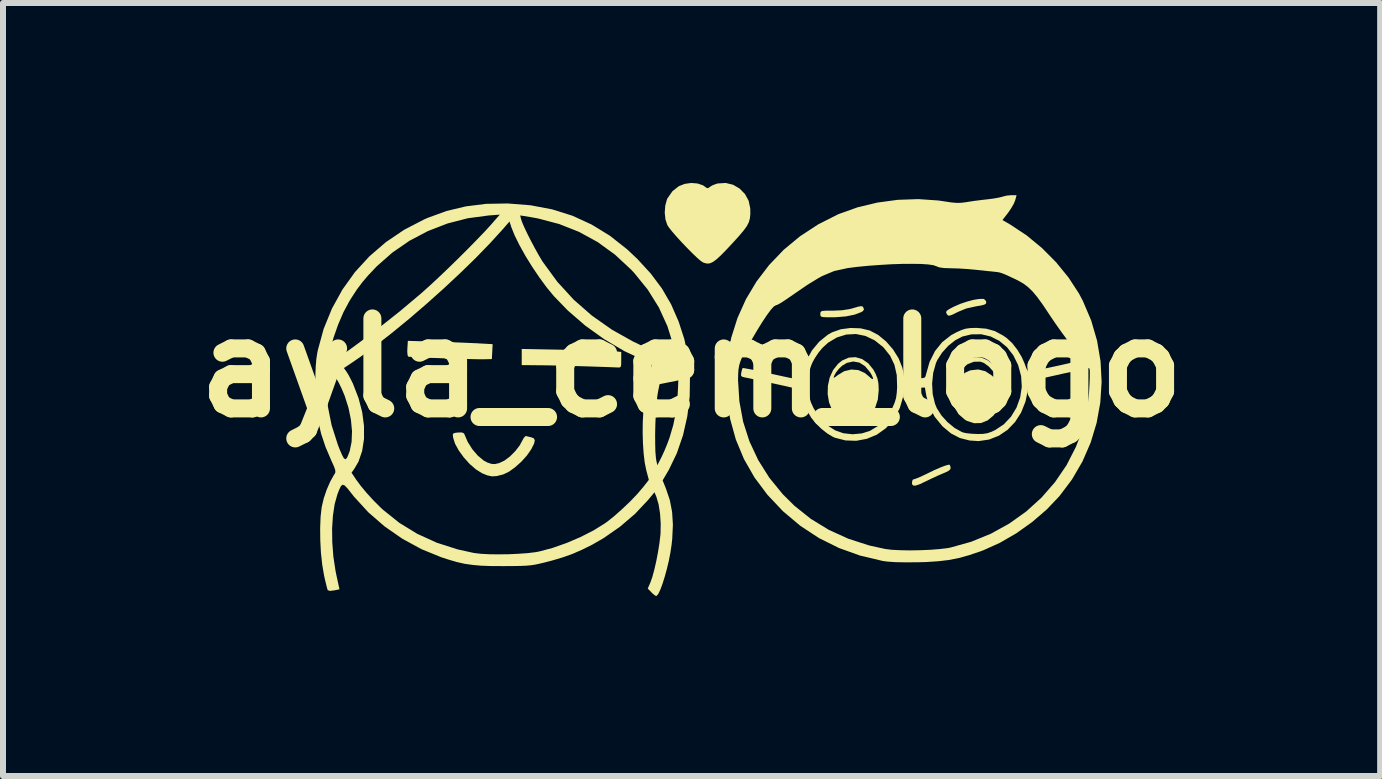
<source format=kicad_pcb>
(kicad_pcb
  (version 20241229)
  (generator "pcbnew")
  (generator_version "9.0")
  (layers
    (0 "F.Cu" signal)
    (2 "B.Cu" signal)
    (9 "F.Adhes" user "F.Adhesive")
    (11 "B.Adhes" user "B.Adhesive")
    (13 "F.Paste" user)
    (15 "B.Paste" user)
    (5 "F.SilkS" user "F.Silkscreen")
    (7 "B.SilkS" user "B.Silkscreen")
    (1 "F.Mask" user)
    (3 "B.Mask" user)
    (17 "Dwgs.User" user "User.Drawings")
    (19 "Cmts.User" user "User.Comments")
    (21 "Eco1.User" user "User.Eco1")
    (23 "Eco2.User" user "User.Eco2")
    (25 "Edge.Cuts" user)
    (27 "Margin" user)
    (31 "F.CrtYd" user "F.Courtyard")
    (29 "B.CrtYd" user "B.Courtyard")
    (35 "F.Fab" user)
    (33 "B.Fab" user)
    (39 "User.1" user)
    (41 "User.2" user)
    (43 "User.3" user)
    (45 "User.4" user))
  (footprint "ayla_cem_logo"
    (layer "F.Cu")
    (at 8.479 3.08)
    (property "Reference" "ayla_cem_logo" (at 0 0 0) (layer "F.SilkS") (effects (font (size 1.5 1.5) (thickness 0.3))))
    (attr board_only exclude_from_pos_files exclude_from_bom)
    (fp_poly (pts (xy 4.876 -1.144) (xy 4.907 -1.112) (xy 4.912 -1.089) (xy 4.905 -1.067) (xy 4.878 -1.051) (xy 4.823 -1.037) (xy 4.743 -1.024) (xy 4.577 -0.987) (xy 4.441 -0.931) (xy 4.362 -0.891) (xy 4.311 -0.871) (xy 4.282 -0.868) (xy 4.263 -0.882) (xy 4.249 -0.905) (xy 4.242 -0.928) (xy 4.254 -0.949) (xy 4.29 -0.975) (xy 4.358 -1.011) (xy 4.387 -1.025) (xy 4.485 -1.067) (xy 4.593 -1.103) (xy 4.698 -1.131) (xy 4.791 -1.146) (xy 4.858 -1.148)) (stroke (width 0) (type solid)) (fill yes) (layer "F.SilkS"))
    (fp_poly (pts (xy 4.303 1.618) (xy 4.313 1.644) (xy 4.318 1.667) (xy 4.312 1.694) (xy 4.28 1.721) (xy 4.213 1.753) (xy 4.193 1.761) (xy 4.102 1.8) (xy 3.997 1.849) (xy 3.907 1.892) (xy 3.807 1.94) (xy 3.738 1.964) (xy 3.696 1.965) (xy 3.676 1.943) (xy 3.673 1.914) (xy 3.684 1.869) (xy 3.706 1.859) (xy 3.739 1.849) (xy 3.801 1.824) (xy 3.881 1.787) (xy 3.933 1.762) (xy 4.046 1.707) (xy 4.147 1.663) (xy 4.228 1.632) (xy 4.283 1.617)) (stroke (width 0) (type solid)) (fill yes) (layer "F.SilkS"))
    (fp_poly (pts (xy 2.853 -1.019) (xy 2.858 -1.013) (xy 2.874 -0.973) (xy 2.856 -0.945) (xy 2.828 -0.927) (xy 2.717 -0.885) (xy 2.574 -0.856) (xy 2.407 -0.842) (xy 2.351 -0.841) (xy 2.255 -0.841) (xy 2.195 -0.844) (xy 2.162 -0.851) (xy 2.149 -0.865) (xy 2.146 -0.889) (xy 2.146 -0.896) (xy 2.148 -0.922) (xy 2.158 -0.938) (xy 2.185 -0.947) (xy 2.237 -0.951) (xy 2.323 -0.951) (xy 2.353 -0.951) (xy 2.508 -0.958) (xy 2.636 -0.978) (xy 2.7 -0.996) (xy 2.78 -1.019) (xy 2.828 -1.026)) (stroke (width 0) (type solid)) (fill yes) (layer "F.SilkS"))
    (fp_poly (pts (xy -4.262 -0.434) (xy -4.104 -0.429) (xy -3.942 -0.423) (xy -3.79 -0.417) (xy -3.658 -0.411) (xy -3.558 -0.407) (xy -3.556 -0.406) (xy -3.317 -0.393) (xy -3.323 -0.269) (xy -3.33 -0.144) (xy -3.474 -0.141) (xy -3.537 -0.141) (xy -3.636 -0.143) (xy -3.763 -0.146) (xy -3.909 -0.15) (xy -4.066 -0.155) (xy -4.16 -0.158) (xy -4.311 -0.164) (xy -4.447 -0.17) (xy -4.563 -0.175) (xy -4.652 -0.18) (xy -4.708 -0.183) (xy -4.724 -0.186) (xy -4.735 -0.21) (xy -4.74 -0.267) (xy -4.738 -0.32) (xy -4.73 -0.448)) (stroke (width 0) (type solid)) (fill yes) (layer "F.SilkS"))
    (fp_poly (pts (xy -2.096 -0.299) (xy -1.916 -0.296) (xy -1.745 -0.292) (xy -1.592 -0.288) (xy -1.46 -0.284) (xy -1.357 -0.28) (xy -1.289 -0.276) (xy -1.267 -0.274) (xy -1.173 -0.263) (xy -1.173 -0.131) (xy -1.174 -0.058) (xy -1.18 -0.02) (xy -1.196 -0.005) (xy -1.227 -0.004) (xy -1.233 -0.004) (xy -1.273 -0.006) (xy -1.35 -0.009) (xy -1.456 -0.013) (xy -1.582 -0.017) (xy -1.723 -0.022) (xy -1.759 -0.023) (xy -1.924 -0.028) (xy -2.097 -0.033) (xy -2.266 -0.037) (xy -2.417 -0.04) (xy -2.528 -0.041) (xy -2.832 -0.044) (xy -2.832 -0.179) (xy -2.832 -0.313)) (stroke (width 0) (type solid)) (fill yes) (layer "F.SilkS"))
    (fp_poly (pts (xy -3.797 1.093) (xy -3.789 1.105) (xy -3.733 1.235) (xy -3.656 1.358) (xy -3.564 1.465) (xy -3.468 1.546) (xy -3.403 1.581) (xy -3.336 1.603) (xy -3.279 1.606) (xy -3.209 1.59) (xy -3.123 1.55) (xy -3.029 1.48) (xy -2.94 1.391) (xy -2.866 1.295) (xy -2.83 1.229) (xy -2.8 1.174) (xy -2.772 1.142) (xy -2.76 1.139) (xy -2.719 1.149) (xy -2.672 1.16) (xy -2.629 1.178) (xy -2.614 1.211) (xy -2.626 1.265) (xy -2.667 1.347) (xy -2.675 1.362) (xy -2.746 1.464) (xy -2.839 1.567) (xy -2.942 1.659) (xy -3.045 1.733) (xy -3.138 1.778) (xy -3.146 1.78) (xy -3.248 1.806) (xy -3.328 1.811) (xy -3.406 1.794) (xy -3.491 1.76) (xy -3.594 1.696) (xy -3.699 1.605) (xy -3.797 1.496) (xy -3.882 1.379) (xy -3.944 1.265) (xy -3.975 1.167) (xy -3.981 1.118) (xy -3.97 1.094) (xy -3.932 1.084) (xy -3.894 1.08) (xy -3.829 1.079)) (stroke (width 0) (type solid)) (fill yes) (layer "F.SilkS"))
    (fp_poly (pts (xy 0.692 -3.05) (xy 0.801 -2.986) (xy 0.89 -2.895) (xy 0.951 -2.783) (xy 0.978 -2.655) (xy 0.978 -2.649) (xy 0.979 -2.563) (xy 0.972 -2.491) (xy 0.954 -2.426) (xy 0.921 -2.361) (xy 0.868 -2.288) (xy 0.792 -2.198) (xy 0.693 -2.089) (xy 0.577 -1.964) (xy 0.485 -1.871) (xy 0.412 -1.804) (xy 0.353 -1.762) (xy 0.304 -1.74) (xy 0.259 -1.736) (xy 0.213 -1.747) (xy 0.187 -1.757) (xy 0.148 -1.784) (xy 0.086 -1.838) (xy 0.009 -1.912) (xy -0.077 -1.999) (xy -0.165 -2.091) (xy -0.249 -2.183) (xy -0.322 -2.267) (xy -0.377 -2.336) (xy -0.405 -2.379) (xy -0.436 -2.472) (xy -0.448 -2.586) (xy -0.439 -2.703) (xy -0.411 -2.805) (xy -0.403 -2.823) (xy -0.319 -2.943) (xy -0.212 -3.027) (xy -0.114 -3.065) (xy -0.005 -3.08) (xy 0.101 -3.071) (xy 0.191 -3.04) (xy 0.226 -3.015) (xy 0.26 -2.992) (xy 0.288 -3.001) (xy 0.305 -3.015) (xy 0.35 -3.042) (xy 0.417 -3.067) (xy 0.44 -3.072) (xy 0.569 -3.08)) (stroke (width 0) (type solid)) (fill yes) (layer "F.SilkS"))
    (fp_poly (pts (xy 2.843 -0.144) (xy 2.943 -0.075) (xy 3.029 0.03) (xy 3.067 0.1) (xy 3.098 0.18) (xy 3.115 0.265) (xy 3.119 0.374) (xy 3.119 0.376) (xy 3.104 0.531) (xy 3.06 0.665) (xy 2.993 0.776) (xy 2.906 0.86) (xy 2.805 0.913) (xy 2.694 0.931) (xy 2.577 0.91) (xy 2.518 0.884) (xy 2.416 0.807) (xy 2.34 0.702) (xy 2.291 0.577) (xy 2.268 0.44) (xy 2.272 0.3) (xy 2.301 0.167) (xy 2.367 0.167) (xy 2.382 0.163) (xy 2.419 0.137) (xy 2.435 0.124) (xy 2.544 0.058) (xy 2.661 0.03) (xy 2.778 0.039) (xy 2.886 0.087) (xy 2.938 0.129) (xy 2.993 0.178) (xy 3.022 0.191) (xy 3.024 0.17) (xy 2.999 0.116) (xy 2.973 0.073) (xy 2.891 -0.026) (xy 2.797 -0.086) (xy 2.694 -0.104) (xy 2.589 -0.081) (xy 2.51 -0.034) (xy 2.456 0.017) (xy 2.407 0.079) (xy 2.375 0.137) (xy 2.367 0.167) (xy 2.301 0.167) (xy 2.302 0.163) (xy 2.359 0.038) (xy 2.443 -0.067) (xy 2.509 -0.12) (xy 2.621 -0.169) (xy 2.734 -0.176)) (stroke (width 0) (type solid)) (fill yes) (layer "F.SilkS"))
    (fp_poly (pts (xy 4.842 -0.165) (xy 4.945 -0.119) (xy 5.041 -0.036) (xy 5.118 0.077) (xy 5.142 0.13) (xy 5.157 0.188) (xy 5.164 0.264) (xy 5.166 0.37) (xy 5.166 0.376) (xy 5.164 0.485) (xy 5.157 0.562) (xy 5.143 0.62) (xy 5.12 0.672) (xy 5.118 0.675) (xy 5.034 0.795) (xy 4.935 0.878) (xy 4.825 0.922) (xy 4.709 0.925) (xy 4.59 0.886) (xy 4.554 0.865) (xy 4.45 0.774) (xy 4.376 0.652) (xy 4.335 0.503) (xy 4.326 0.376) (xy 4.341 0.22) (xy 4.362 0.156) (xy 4.428 0.156) (xy 4.432 0.174) (xy 4.464 0.157) (xy 4.493 0.131) (xy 4.562 0.082) (xy 4.64 0.046) (xy 4.651 0.043) (xy 4.778 0.029) (xy 4.896 0.058) (xy 4.997 0.124) (xy 5.087 0.201) (xy 5.063 0.132) (xy 5.019 0.051) (xy 4.951 -0.023) (xy 4.873 -0.079) (xy 4.814 -0.101) (xy 4.706 -0.1) (xy 4.602 -0.06) (xy 4.512 0.014) (xy 4.45 0.104) (xy 4.428 0.156) (xy 4.362 0.156) (xy 4.385 0.086) (xy 4.451 -0.022) (xy 4.535 -0.103) (xy 4.632 -0.155) (xy 4.736 -0.177)) (stroke (width 0) (type solid)) (fill yes) (layer "F.SilkS"))
    (fp_poly (pts (xy -3.064 -2.738) (xy -2.684 -2.708) (xy -2.325 -2.64) (xy -1.987 -2.534) (xy -1.667 -2.387) (xy -1.363 -2.201) (xy -1.074 -1.973) (xy -0.906 -1.815) (xy -0.681 -1.57) (xy -0.494 -1.32) (xy -0.341 -1.056) (xy -0.216 -0.769) (xy -0.121 -0.476) (xy -0.056 -0.17) (xy -0.027 0.151) (xy -0.032 0.479) (xy -0.071 0.806) (xy -0.143 1.125) (xy -0.247 1.427) (xy -0.381 1.705) (xy -0.396 1.73) (xy -0.483 1.878) (xy -0.428 2.014) (xy -0.363 2.207) (xy -0.325 2.404) (xy -0.312 2.616) (xy -0.323 2.853) (xy -0.334 2.954) (xy -0.354 3.085) (xy -0.381 3.224) (xy -0.414 3.361) (xy -0.45 3.491) (xy -0.487 3.608) (xy -0.523 3.703) (xy -0.556 3.771) (xy -0.584 3.803) (xy -0.592 3.806) (xy -0.618 3.791) (xy -0.66 3.755) (xy -0.671 3.743) (xy -0.731 3.681) (xy -0.688 3.583) (xy -0.656 3.493) (xy -0.623 3.372) (xy -0.59 3.229) (xy -0.561 3.078) (xy -0.537 2.93) (xy -0.521 2.795) (xy -0.518 2.764) (xy -0.515 2.597) (xy -0.526 2.431) (xy -0.55 2.279) (xy -0.586 2.156) (xy -0.588 2.15) (xy -0.619 2.076) (xy -0.726 2.205) (xy -0.942 2.435) (xy -1.192 2.649) (xy -1.465 2.839) (xy -1.659 2.951) (xy -1.829 3.035) (xy -1.987 3.104) (xy -2.15 3.162) (xy -2.333 3.216) (xy -2.445 3.245) (xy -2.532 3.266) (xy -2.607 3.282) (xy -2.679 3.293) (xy -2.759 3.3) (xy -2.854 3.304) (xy -2.974 3.306) (xy -3.129 3.307) (xy -3.142 3.307) (xy -3.343 3.306) (xy -3.51 3.3) (xy -3.653 3.287) (xy -3.785 3.268) (xy -3.913 3.239) (xy -4.05 3.199) (xy -4.171 3.16) (xy -4.502 3.025) (xy -4.82 2.852) (xy -5.117 2.646) (xy -5.389 2.41) (xy -5.627 2.15) (xy -5.669 2.097) (xy -5.736 2.012) (xy -5.783 1.963) (xy -5.818 1.95) (xy -5.846 1.973) (xy -5.875 2.034) (xy -5.905 2.112) (xy -5.95 2.272) (xy -5.979 2.465) (xy -5.993 2.681) (xy -5.99 2.911) (xy -5.972 3.147) (xy -5.937 3.379) (xy -5.924 3.445) (xy -5.87 3.694) (xy -5.961 3.712) (xy -6.032 3.72) (xy -6.065 3.708) (xy -6.066 3.707) (xy -6.076 3.677) (xy -6.092 3.613) (xy -6.113 3.527) (xy -6.129 3.452) (xy -6.158 3.28) (xy -6.179 3.084) (xy -6.19 2.878) (xy -6.192 2.675) (xy -6.185 2.488) (xy -6.167 2.328) (xy -6.164 2.313) (xy -6.132 2.177) (xy -6.083 2.033) (xy -6.024 1.898) (xy -5.962 1.787) (xy -5.948 1.766) (xy -5.938 1.741) (xy -5.941 1.704) (xy -5.961 1.647) (xy -6 1.56) (xy -6.002 1.556) (xy -6.102 1.322) (xy -6.176 1.1) (xy -6.228 0.878) (xy -6.259 0.645) (xy -6.272 0.386) (xy -6.272 0.352) (xy -6.084 0.352) (xy -6.063 0.649) (xy -6.001 0.959) (xy -5.897 1.284) (xy -5.869 1.357) (xy -5.827 1.454) (xy -5.796 1.511) (xy -5.769 1.526) (xy -5.744 1.501) (xy -5.717 1.437) (xy -5.699 1.388) (xy -5.668 1.237) (xy -5.661 1.06) (xy -5.679 0.867) (xy -5.72 0.667) (xy -5.783 0.469) (xy -5.834 0.348) (xy -5.883 0.247) (xy -5.921 0.183) (xy -5.953 0.148) (xy -5.985 0.139) (xy -6.021 0.151) (xy -6.03 0.155) (xy -6.058 0.174) (xy -6.074 0.199) (xy -6.082 0.242) (xy -6.084 0.314) (xy -6.084 0.352) (xy -6.272 0.352) (xy -6.273 0.288) (xy -6.271 0.113) (xy -6.267 0.005) (xy -5.796 0.005) (xy -5.751 0.069) (xy -5.718 0.122) (xy -5.678 0.199) (xy -5.643 0.271) (xy -5.552 0.507) (xy -5.491 0.742) (xy -5.461 0.971) (xy -5.461 1.188) (xy -5.492 1.388) (xy -5.553 1.566) (xy -5.623 1.685) (xy -5.669 1.75) (xy -5.592 1.865) (xy -5.517 1.967) (xy -5.419 2.085) (xy -5.307 2.208) (xy -5.192 2.323) (xy -5.144 2.368) (xy -4.872 2.586) (xy -4.573 2.769) (xy -4.248 2.917) (xy -3.898 3.029) (xy -3.629 3.088) (xy -3.521 3.101) (xy -3.38 3.109) (xy -3.219 3.111) (xy -3.049 3.109) (xy -2.881 3.101) (xy -2.727 3.09) (xy -2.598 3.074) (xy -2.544 3.064) (xy -2.318 3.004) (xy -2.082 2.921) (xy -1.851 2.822) (xy -1.635 2.712) (xy -1.448 2.596) (xy -1.402 2.563) (xy -1.281 2.466) (xy -1.15 2.349) (xy -1.019 2.224) (xy -0.902 2.101) (xy -0.809 1.992) (xy -0.808 1.991) (xy -0.713 1.869) (xy -0.757 1.703) (xy -0.781 1.585) (xy -0.799 1.435) (xy -0.811 1.264) (xy -0.815 1.121) (xy -0.608 1.121) (xy -0.607 1.267) (xy -0.604 1.394) (xy -0.596 1.493) (xy -0.59 1.538) (xy -0.571 1.626) (xy -0.498 1.482) (xy -0.453 1.384) (xy -0.406 1.27) (xy -0.37 1.173) (xy -0.306 0.957) (xy -0.262 0.739) (xy -0.236 0.504) (xy -0.227 0.351) (xy -0.215 0.05) (xy -0.301 0.035) (xy -0.367 0.022) (xy -0.419 0.01) (xy -0.425 0.009) (xy -0.449 0.015) (xy -0.473 0.051) (xy -0.498 0.121) (xy -0.524 0.226) (xy -0.554 0.371) (xy -0.567 0.443) (xy -0.58 0.54) (xy -0.591 0.666) (xy -0.599 0.811) (xy -0.605 0.966) (xy -0.608 1.121) (xy -0.815 1.121) (xy -0.816 1.083) (xy -0.814 0.904) (xy -0.805 0.739) (xy -0.799 0.672) (xy -0.778 0.525) (xy -0.751 0.36) (xy -0.72 0.195) (xy -0.688 0.048) (xy -0.675 -0.006) (xy -0.669 -0.041) (xy -0.68 -0.066) (xy -0.715 -0.089) (xy -0.777 -0.116) (xy -1.121 -0.277) (xy -1.456 -0.475) (xy -1.774 -0.703) (xy -2.065 -0.955) (xy -2.297 -1.195) (xy -2.417 -1.34) (xy -2.539 -1.507) (xy -2.659 -1.685) (xy -2.771 -1.866) (xy -2.869 -2.042) (xy -2.949 -2.204) (xy -3.005 -2.342) (xy -3.008 -2.353) (xy -3.036 -2.437) (xy -3.148 -2.308) (xy -3.357 -2.079) (xy -3.594 -1.834) (xy -3.854 -1.581) (xy -4.13 -1.323) (xy -4.415 -1.068) (xy -4.703 -0.82) (xy -4.988 -0.586) (xy -5.263 -0.371) (xy -5.522 -0.18) (xy -5.702 -0.057) (xy -5.796 0.005) (xy -6.267 0.005) (xy -6.266 -0.027) (xy -6.262 -0.065) (xy -6.063 -0.065) (xy -6.002 -0.097) (xy -5.964 -0.12) (xy -5.897 -0.164) (xy -5.81 -0.225) (xy -5.71 -0.295) (xy -5.642 -0.344) (xy -5.247 -0.637) (xy -4.862 -0.942) (xy -4.502 -1.245) (xy -4.481 -1.264) (xy -4.355 -1.377) (xy -4.21 -1.512) (xy -4.054 -1.661) (xy -3.894 -1.817) (xy -3.737 -1.973) (xy -3.59 -2.123) (xy -3.46 -2.258) (xy -3.355 -2.372) (xy -3.341 -2.388) (xy -3.209 -2.539) (xy -2.858 -2.539) (xy -2.844 -2.481) (xy -2.824 -2.422) (xy -2.786 -2.334) (xy -2.735 -2.227) (xy -2.675 -2.109) (xy -2.611 -1.989) (xy -2.549 -1.877) (xy -2.492 -1.782) (xy -2.477 -1.759) (xy -2.237 -1.431) (xy -1.965 -1.134) (xy -1.661 -0.868) (xy -1.326 -0.633) (xy -0.984 -0.441) (xy -0.857 -0.38) (xy -0.728 -0.323) (xy -0.604 -0.272) (xy -0.49 -0.229) (xy -0.393 -0.197) (xy -0.32 -0.179) (xy -0.277 -0.176) (xy -0.269 -0.181) (xy -0.27 -0.211) (xy -0.28 -0.271) (xy -0.297 -0.35) (xy -0.3 -0.36) (xy -0.403 -0.692) (xy -0.546 -1.005) (xy -0.73 -1.3) (xy -0.954 -1.577) (xy -1.01 -1.637) (xy -1.277 -1.885) (xy -1.565 -2.094) (xy -1.875 -2.264) (xy -2.206 -2.395) (xy -2.558 -2.488) (xy -2.684 -2.511) (xy -2.858 -2.539) (xy -3.209 -2.539) (xy -3.197 -2.552) (xy -3.385 -2.538) (xy -3.73 -2.492) (xy -4.068 -2.405) (xy -4.394 -2.279) (xy -4.702 -2.117) (xy -4.988 -1.92) (xy -5.247 -1.692) (xy -5.27 -1.668) (xy -5.391 -1.54) (xy -5.489 -1.425) (xy -5.577 -1.308) (xy -5.665 -1.174) (xy -5.707 -1.106) (xy -5.804 -0.925) (xy -5.893 -0.718) (xy -5.969 -0.502) (xy -6.025 -0.291) (xy -6.05 -0.16) (xy -6.063 -0.065) (xy -6.262 -0.065) (xy -6.256 -0.142) (xy -6.241 -0.242) (xy -6.232 -0.288) (xy -6.134 -0.647) (xy -5.996 -0.985) (xy -5.822 -1.301) (xy -5.613 -1.593) (xy -5.37 -1.858) (xy -5.096 -2.094) (xy -4.791 -2.3) (xy -4.459 -2.472) (xy -4.4 -2.498) (xy -4.085 -2.613) (xy -3.762 -2.69) (xy -3.425 -2.732) (xy -3.067 -2.738)) (stroke (width 0) (type solid)) (fill yes) (layer "F.SilkS"))
    (fp_poly (pts (xy 5.395 -2.793) (xy 5.37 -2.732) (xy 5.326 -2.656) (xy 5.278 -2.586) (xy 5.182 -2.462) (xy 5.321 -2.381) (xy 5.589 -2.203) (xy 5.843 -1.993) (xy 6.077 -1.757) (xy 6.284 -1.503) (xy 6.456 -1.239) (xy 6.521 -1.117) (xy 6.661 -0.788) (xy 6.759 -0.451) (xy 6.817 -0.108) (xy 6.835 0.237) (xy 6.813 0.58) (xy 6.752 0.918) (xy 6.653 1.246) (xy 6.516 1.562) (xy 6.342 1.861) (xy 6.132 2.14) (xy 5.92 2.363) (xy 5.677 2.572) (xy 5.413 2.76) (xy 5.138 2.919) (xy 4.863 3.043) (xy 4.812 3.062) (xy 4.625 3.125) (xy 4.455 3.172) (xy 4.288 3.205) (xy 4.111 3.226) (xy 3.912 3.239) (xy 3.772 3.243) (xy 3.565 3.244) (xy 3.397 3.241) (xy 3.266 3.232) (xy 3.186 3.221) (xy 2.81 3.132) (xy 2.456 3.005) (xy 2.124 2.84) (xy 1.813 2.636) (xy 1.525 2.394) (xy 1.52 2.389) (xy 1.264 2.118) (xy 1.048 1.829) (xy 0.872 1.521) (xy 0.737 1.196) (xy 0.642 0.853) (xy 0.589 0.493) (xy 0.576 0.205) (xy 0.774 0.205) (xy 0.796 0.558) (xy 0.859 0.9) (xy 0.964 1.227) (xy 1.11 1.539) (xy 1.295 1.833) (xy 1.519 2.108) (xy 1.715 2.302) (xy 1.987 2.519) (xy 2.286 2.702) (xy 2.611 2.85) (xy 2.961 2.963) (xy 3.23 3.022) (xy 3.338 3.035) (xy 3.479 3.042) (xy 3.64 3.045) (xy 3.81 3.042) (xy 3.978 3.035) (xy 4.132 3.023) (xy 4.261 3.008) (xy 4.314 2.998) (xy 4.661 2.901) (xy 4.989 2.767) (xy 5.295 2.598) (xy 5.577 2.397) (xy 5.832 2.166) (xy 6.057 1.908) (xy 6.25 1.625) (xy 6.406 1.32) (xy 6.489 1.106) (xy 6.554 0.886) (xy 6.598 0.663) (xy 6.625 0.42) (xy 6.632 0.291) (xy 6.637 0.172) (xy 6.638 0.09) (xy 6.637 0.04) (xy 6.631 0.013) (xy 6.62 0.005) (xy 6.603 0.007) (xy 6.602 0.008) (xy 6.561 0.018) (xy 6.49 0.034) (xy 6.405 0.053) (xy 6.394 0.055) (xy 6.299 0.076) (xy 6.208 0.095) (xy 6.141 0.11) (xy 6.14 0.111) (xy 6.079 0.124) (xy 5.989 0.144) (xy 5.887 0.167) (xy 5.838 0.177) (xy 5.624 0.224) (xy 5.608 0.36) (xy 5.566 0.564) (xy 5.493 0.747) (xy 5.392 0.905) (xy 5.267 1.035) (xy 5.122 1.133) (xy 4.96 1.197) (xy 4.785 1.223) (xy 4.634 1.213) (xy 4.47 1.171) (xy 4.324 1.095) (xy 4.186 0.98) (xy 4.18 0.974) (xy 4.05 0.815) (xy 3.959 0.637) (xy 3.913 0.469) (xy 3.889 0.33) (xy 3.722 0.337) (xy 3.555 0.343) (xy 3.528 0.476) (xy 3.471 0.671) (xy 3.383 0.839) (xy 3.261 0.985) (xy 3.231 1.014) (xy 3.086 1.117) (xy 2.921 1.185) (xy 2.745 1.218) (xy 2.566 1.212) (xy 2.393 1.168) (xy 2.357 1.153) (xy 2.263 1.097) (xy 2.161 1.016) (xy 2.065 0.921) (xy 1.993 0.832) (xy 1.951 0.759) (xy 1.909 0.666) (xy 1.873 0.568) (xy 1.847 0.478) (xy 1.836 0.412) (xy 1.836 0.411) (xy 1.833 0.395) (xy 1.82 0.38) (xy 1.791 0.366) (xy 1.74 0.349) (xy 1.663 0.329) (xy 1.554 0.304) (xy 1.43 0.277) (xy 1.958 0.277) (xy 1.959 0.387) (xy 1.963 0.465) (xy 1.973 0.525) (xy 1.99 0.581) (xy 2.019 0.643) (xy 2.031 0.67) (xy 2.129 0.828) (xy 2.25 0.952) (xy 2.393 1.044) (xy 2.529 1.092) (xy 2.683 1.109) (xy 2.838 1.095) (xy 2.97 1.054) (xy 3.114 0.967) (xy 3.238 0.843) (xy 3.338 0.69) (xy 3.348 0.667) (xy 3.385 0.582) (xy 3.408 0.505) (xy 3.42 0.419) (xy 3.426 0.322) (xy 3.424 0.265) (xy 4.009 0.265) (xy 4.019 0.44) (xy 4.057 0.6) (xy 4.088 0.675) (xy 4.164 0.795) (xy 4.267 0.908) (xy 4.384 1.004) (xy 4.502 1.07) (xy 4.525 1.079) (xy 4.58 1.091) (xy 4.662 1.1) (xy 4.754 1.104) (xy 4.759 1.105) (xy 4.856 1.103) (xy 4.93 1.092) (xy 4.999 1.068) (xy 5.061 1.039) (xy 5.204 0.944) (xy 5.324 0.817) (xy 5.416 0.665) (xy 5.477 0.496) (xy 5.504 0.318) (xy 5.493 0.14) (xy 5.443 -0.045) (xy 5.363 -0.207) (xy 5.257 -0.343) (xy 5.129 -0.448) (xy 4.985 -0.521) (xy 4.829 -0.558) (xy 4.664 -0.556) (xy 4.514 -0.52) (xy 4.395 -0.458) (xy 4.278 -0.365) (xy 4.175 -0.251) (xy 4.096 -0.128) (xy 4.073 -0.077) (xy 4.027 0.088) (xy 4.009 0.265) (xy 3.424 0.265) (xy 3.42 0.123) (xy 3.381 -0.049) (xy 3.309 -0.2) (xy 3.201 -0.336) (xy 3.192 -0.345) (xy 3.051 -0.457) (xy 2.898 -0.53) (xy 2.739 -0.562) (xy 2.578 -0.553) (xy 2.422 -0.505) (xy 2.275 -0.417) (xy 2.181 -0.331) (xy 2.114 -0.25) (xy 2.052 -0.156) (xy 2.017 -0.093) (xy 1.991 -0.032) (xy 1.973 0.025) (xy 1.963 0.088) (xy 1.959 0.171) (xy 1.958 0.277) (xy 1.43 0.277) (xy 1.408 0.272) (xy 1.399 0.27) (xy 1.261 0.24) (xy 1.133 0.213) (xy 1.024 0.19) (xy 0.941 0.172) (xy 0.892 0.163) (xy 0.888 0.162) (xy 0.839 0.149) (xy 0.823 0.126) (xy 0.828 0.081) (xy 0.84 0.032) (xy 0.85 0.005) (xy 0.85 0.005) (xy 0.874 0.007) (xy 0.933 0.018) (xy 1.024 0.035) (xy 1.138 0.059) (xy 1.269 0.088) (xy 1.314 0.098) (xy 1.451 0.128) (xy 1.575 0.155) (xy 1.677 0.176) (xy 1.753 0.191) (xy 1.794 0.199) (xy 1.798 0.199) (xy 1.82 0.178) (xy 1.842 0.119) (xy 1.856 0.062) (xy 1.914 -0.12) (xy 2.006 -0.288) (xy 2.126 -0.433) (xy 2.269 -0.549) (xy 2.341 -0.59) (xy 2.486 -0.641) (xy 2.65 -0.663) (xy 2.816 -0.657) (xy 2.968 -0.621) (xy 2.971 -0.62) (xy 3.111 -0.546) (xy 3.242 -0.438) (xy 3.358 -0.305) (xy 3.451 -0.156) (xy 3.513 -0.001) (xy 3.531 0.08) (xy 3.545 0.177) (xy 3.719 0.177) (xy 3.806 0.176) (xy 3.859 0.172) (xy 3.887 0.162) (xy 3.9 0.142) (xy 3.906 0.116) (xy 3.967 -0.097) (xy 4.057 -0.277) (xy 4.176 -0.425) (xy 4.325 -0.542) (xy 4.413 -0.59) (xy 4.499 -0.628) (xy 4.569 -0.651) (xy 4.643 -0.661) (xy 4.74 -0.664) (xy 4.75 -0.664) (xy 4.911 -0.651) (xy 5.054 -0.611) (xy 5.192 -0.537) (xy 5.255 -0.493) (xy 5.344 -0.41) (xy 5.431 -0.298) (xy 5.506 -0.173) (xy 5.55 -0.072) (xy 5.574 -0.005) (xy 5.595 0.043) (xy 5.604 0.058) (xy 5.629 0.058) (xy 5.69 0.05) (xy 5.779 0.034) (xy 5.889 0.013) (xy 6.013 -0.013) (xy 6.142 -0.041) (xy 6.27 -0.07) (xy 6.389 -0.099) (xy 6.443 -0.112) (xy 6.524 -0.134) (xy 6.339 -0.364) (xy 6.258 -0.469) (xy 6.164 -0.597) (xy 6.067 -0.734) (xy 5.977 -0.866) (xy 5.955 -0.9) (xy 5.852 -1.054) (xy 5.764 -1.175) (xy 5.685 -1.27) (xy 5.61 -1.343) (xy 5.533 -1.402) (xy 5.447 -1.451) (xy 5.399 -1.475) (xy 5.296 -1.523) (xy 5.223 -1.556) (xy 5.17 -1.577) (xy 5.128 -1.589) (xy 5.086 -1.596) (xy 5.034 -1.601) (xy 5.034 -1.602) (xy 4.959 -1.609) (xy 4.859 -1.62) (xy 4.752 -1.631) (xy 4.724 -1.634) (xy 4.6 -1.645) (xy 4.461 -1.654) (xy 4.334 -1.658) (xy 4.325 -1.658) (xy 4.208 -1.662) (xy 4.128 -1.673) (xy 4.079 -1.692) (xy 4.077 -1.693) (xy 4.028 -1.71) (xy 3.941 -1.722) (xy 3.823 -1.73) (xy 3.677 -1.732) (xy 3.512 -1.731) (xy 3.333 -1.725) (xy 3.145 -1.714) (xy 2.954 -1.7) (xy 2.767 -1.682) (xy 2.6 -1.661) (xy 2.377 -1.612) (xy 2.177 -1.529) (xy 2.111 -1.492) (xy 2.045 -1.452) (xy 1.99 -1.418) (xy 1.967 -1.405) (xy 1.922 -1.376) (xy 1.843 -1.322) (xy 1.728 -1.243) (xy 1.577 -1.139) (xy 1.563 -1.13) (xy 1.495 -1.085) (xy 1.438 -1.053) (xy 1.404 -1.04) (xy 1.403 -1.04) (xy 1.37 -1.021) (xy 1.319 -0.964) (xy 1.252 -0.873) (xy 1.17 -0.749) (xy 1.076 -0.596) (xy 1.051 -0.553) (xy 0.964 -0.405) (xy 0.897 -0.287) (xy 0.848 -0.191) (xy 0.815 -0.111) (xy 0.793 -0.039) (xy 0.781 0.032) (xy 0.776 0.111) (xy 0.774 0.204) (xy 0.774 0.205) (xy 0.576 0.205) (xy 0.575 0.192) (xy 0.597 -0.157) (xy 0.66 -0.498) (xy 0.764 -0.827) (xy 0.905 -1.141) (xy 1.082 -1.437) (xy 1.293 -1.713) (xy 1.535 -1.966) (xy 1.808 -2.192) (xy 2.109 -2.389) (xy 2.435 -2.554) (xy 2.459 -2.564) (xy 2.767 -2.674) (xy 3.096 -2.753) (xy 3.437 -2.799) (xy 3.779 -2.811) (xy 4.111 -2.788) (xy 4.213 -2.773) (xy 4.326 -2.756) (xy 4.413 -2.748) (xy 4.489 -2.749) (xy 4.572 -2.759) (xy 4.601 -2.764) (xy 4.713 -2.781) (xy 4.839 -2.797) (xy 4.945 -2.809) (xy 5.038 -2.821) (xy 5.121 -2.836) (xy 5.179 -2.85) (xy 5.184 -2.852) (xy 5.25 -2.869) (xy 5.326 -2.876) (xy 5.332 -2.876) (xy 5.417 -2.876)) (stroke (width 0) (type solid)) (fill yes) (layer "F.SilkS")))
  (gr_rect
    (start -3 -3)
    (end 19.957 9.886)
    (stroke (width 0.1) (type default))
    (fill no)
    (layer "Edge.Cuts")))
</source>
